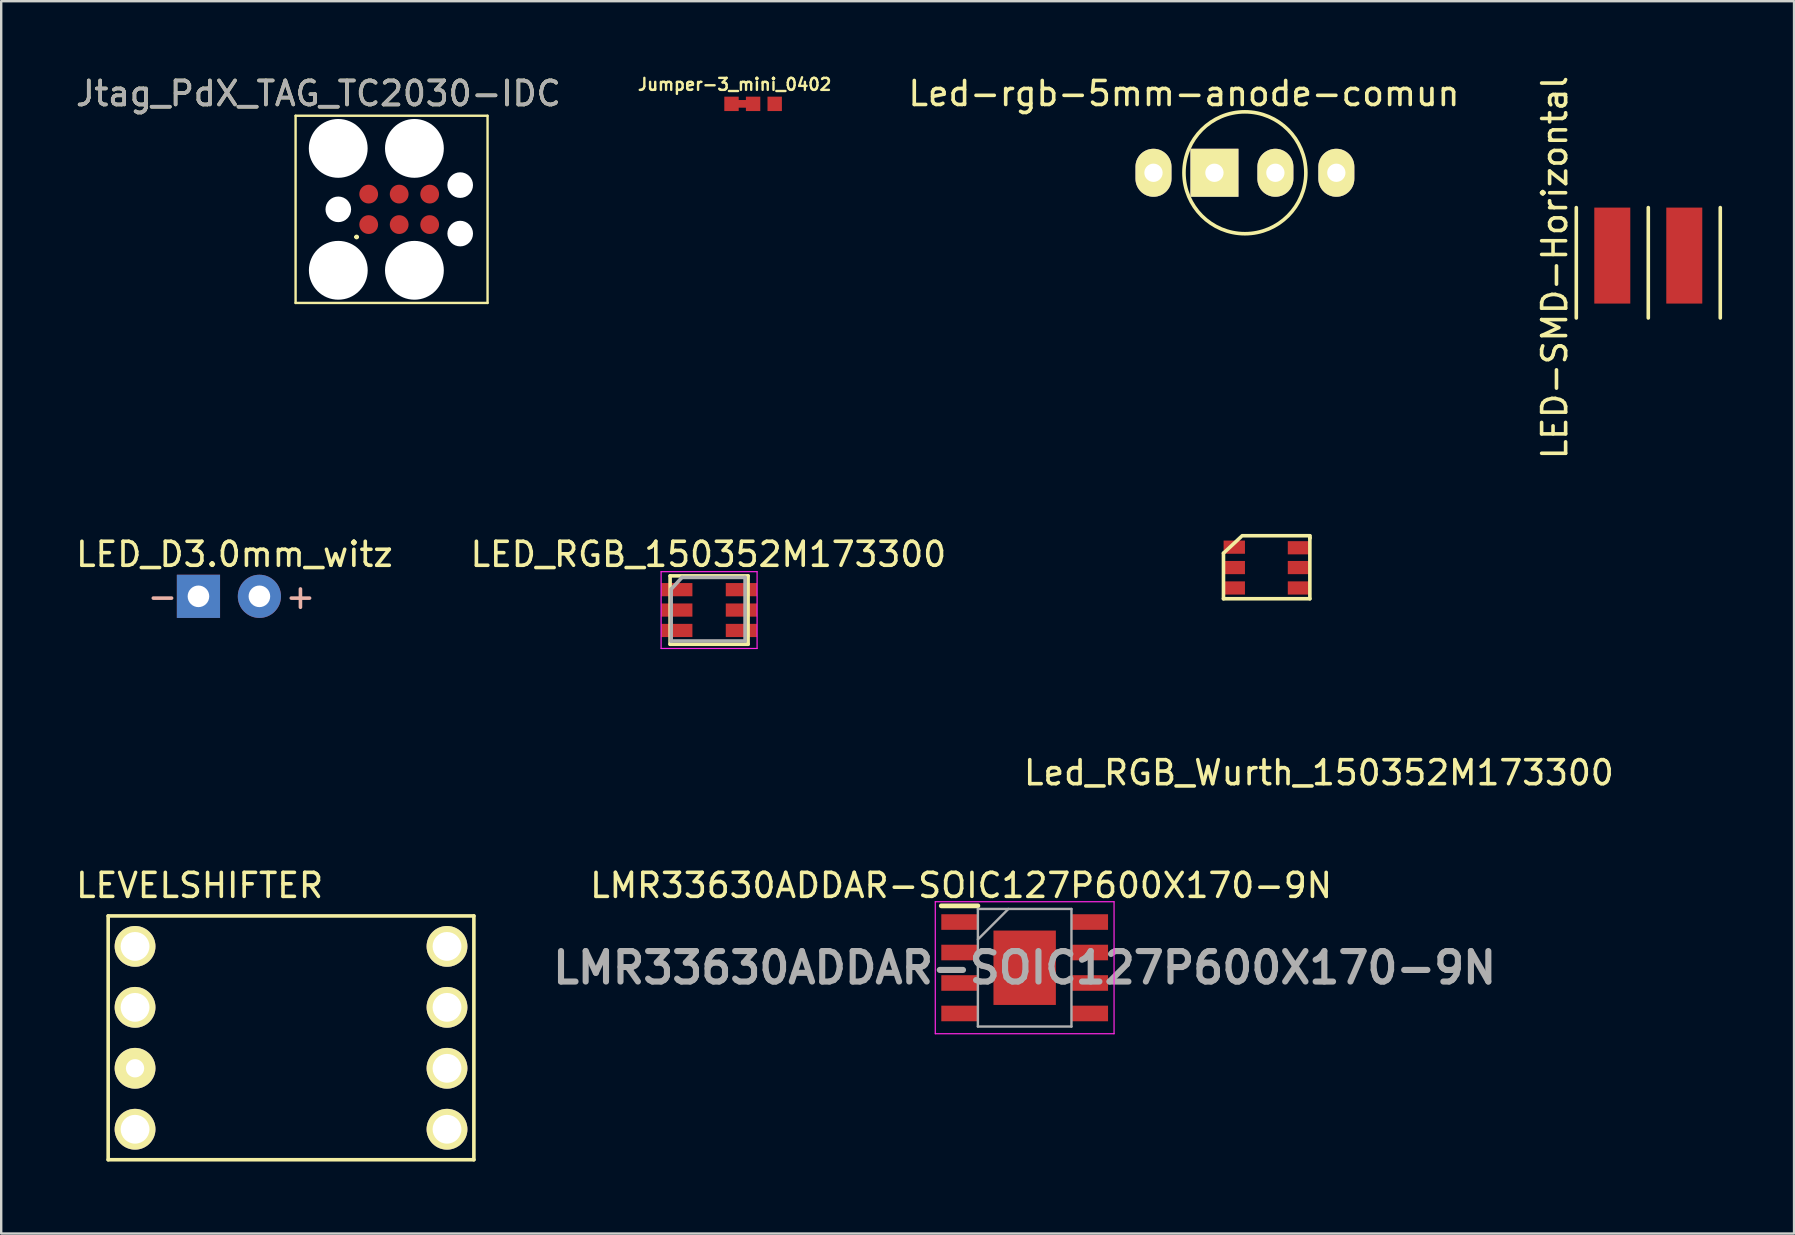
<source format=kicad_pcb>
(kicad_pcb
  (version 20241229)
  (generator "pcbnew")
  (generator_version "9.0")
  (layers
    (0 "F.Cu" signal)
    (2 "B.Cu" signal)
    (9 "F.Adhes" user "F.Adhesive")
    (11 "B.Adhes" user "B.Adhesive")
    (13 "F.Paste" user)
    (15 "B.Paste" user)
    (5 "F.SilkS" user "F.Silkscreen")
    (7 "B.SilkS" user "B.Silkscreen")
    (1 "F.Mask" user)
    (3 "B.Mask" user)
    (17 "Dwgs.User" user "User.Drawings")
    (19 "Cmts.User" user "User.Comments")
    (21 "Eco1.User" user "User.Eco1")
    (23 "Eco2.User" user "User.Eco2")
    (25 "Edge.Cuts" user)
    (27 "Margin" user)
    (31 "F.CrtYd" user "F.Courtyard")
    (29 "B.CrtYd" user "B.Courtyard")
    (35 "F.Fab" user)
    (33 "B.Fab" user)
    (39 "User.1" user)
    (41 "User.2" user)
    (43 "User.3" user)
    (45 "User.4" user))
  (footprint "Led_RGB_Wurth_150352M173300"
    (layer "F.Cu")
    (at 48.386 19.752)
    (property "Reference" "Led_RGB_Wurth_150352M173300" (at 3.525 9.4 0) (layer "F.SilkS") (effects (font (size 1 1) (thickness 0.15))))
    (attr through_hole)
    (fp_line (start -0.45 0.25) (end -0.45 2.15) (stroke (width 0.15) (type solid)) (layer "F.SilkS"))
    (fp_line (start -0.45 2.15) (end 3.15 2.15) (stroke (width 0.15) (type solid)) (layer "F.SilkS"))
    (fp_line (start 0.275 -0.425) (end -0.45 0.25) (stroke (width 0.15) (type solid)) (layer "F.SilkS"))
    (fp_line (start 3.15 -0.475) (end 0.325 -0.475) (stroke (width 0.15) (type solid)) (layer "F.SilkS"))
    (fp_line (start 3.15 -0.4) (end 3.15 -0.475) (stroke (width 0.15) (type solid)) (layer "F.SilkS"))
    (fp_line (start 3.15 -0.375) (end 3.15 -0.4) (stroke (width 0.15) (type solid)) (layer "F.SilkS"))
    (fp_line (start 3.15 2.15) (end 3.15 -0.375) (stroke (width 0.15) (type solid)) (layer "F.SilkS"))
    (pad "1" smd rect (at 0 0) (size 0.89 0.55) (layers "F.Cu" "F.Mask" "F.Paste"))
    (pad "2" smd rect (at 2.675 0.025) (size 0.89 0.55) (layers "F.Cu" "F.Mask" "F.Paste"))
    (pad "3" smd rect (at 0 0.85) (size 0.89 0.55) (layers "F.Cu" "F.Mask" "F.Paste"))
    (pad "4" smd rect (at 2.675 0.85) (size 0.89 0.55) (layers "F.Cu" "F.Mask" "F.Paste"))
    (pad "5" smd rect (at 0 1.7) (size 0.89 0.55) (layers "F.Cu" "F.Mask" "F.Paste"))
    (pad "6" smd rect (at 2.675 1.7) (size 0.89 0.55) (layers "F.Cu" "F.Mask" "F.Paste")))
  (footprint "LED_RGB_150352M173300"
    (layer "F.Cu")
    (at 26.5 22.373)
    (property "Reference" "LED_RGB_150352M173300" (at -0.03 -2.322 0) (layer "F.SilkS") (effects (font (size 1 1) (thickness 0.15))))
    (attr through_hole)
    (fp_line (start -1.625 -1.425) (end 1.625 -1.425) (stroke (width 0.15) (type solid)) (layer "F.SilkS"))
    (fp_line (start -1.625 1.425) (end -1.625 -1.425) (stroke (width 0.15) (type solid)) (layer "F.SilkS"))
    (fp_line (start 1.625 -1.425) (end 1.625 1.425) (stroke (width 0.15) (type solid)) (layer "F.SilkS"))
    (fp_line (start 1.625 1.425) (end -1.625 1.425) (stroke (width 0.15) (type solid)) (layer "F.SilkS"))
    (fp_line (start -2 -1.6) (end -2 1.6) (stroke (width 0.05) (type solid)) (layer "F.CrtYd"))
    (fp_line (start -2 1.6) (end 2 1.6) (stroke (width 0.05) (type solid)) (layer "F.CrtYd"))
    (fp_line (start 2 -1.6) (end -2 -1.6) (stroke (width 0.05) (type solid)) (layer "F.CrtYd"))
    (fp_line (start 2 1.6) (end 2 -1.6) (stroke (width 0.05) (type solid)) (layer "F.CrtYd"))
    (fp_line (start -1.58 1.3) (end -1.58 -0.88) (stroke (width 0.15) (type solid)) (layer "F.Fab"))
    (fp_line (start -1.57 -0.88) (end -1.13 -1.36) (stroke (width 0.15) (type solid)) (layer "F.Fab"))
    (fp_line (start -1.13 -1.36) (end 1.5 -1.36) (stroke (width 0.15) (type solid)) (layer "F.Fab"))
    (fp_line (start 1.5 -1.36) (end 1.5 1.29) (stroke (width 0.15) (type solid)) (layer "F.Fab"))
    (fp_line (start 1.5 1.29) (end -1.58 1.29) (stroke (width 0.15) (type solid)) (layer "F.Fab"))
    (pad "1" smd rect (at -1.345 -0.85) (size 1.3 0.55) (layers "F.Cu" "F.Mask" "F.Paste"))
    (pad "2" smd rect (at 1.345 -0.85) (size 1.3 0.55) (layers "F.Cu" "F.Mask" "F.Paste"))
    (pad "3" smd rect (at -1.345 0) (size 1.3 0.55) (layers "F.Cu" "F.Mask" "F.Paste"))
    (pad "4" smd rect (at 1.345 0) (size 1.3 0.55) (layers "F.Cu" "F.Mask" "F.Paste"))
    (pad "5" smd rect (at -1.345 0.85) (size 1.3 0.55) (layers "F.Cu" "F.Mask" "F.Paste"))
    (pad "6" smd rect (at 1.345 0.85) (size 1.3 0.55) (layers "F.Cu" "F.Mask" "F.Paste")))
  (footprint "LED_D3.0mm_witz"
    (layer "F.Cu")
    (at 5.22 21.801)
    (property "Reference" "LED_D3.0mm_witz" (at 1.5 -1.75 0) (layer "F.SilkS") (effects (font (size 1 1) (thickness 0.15))))
    (attr through_hole)
    (fp_text user "-" (at -1.5 0 0) (layer "B.SilkS") (effects (font (size 1 1) (thickness 0.15)) (justify mirror)))
    (fp_text user "+" (at 4.25 0 0) (layer "B.SilkS") (effects (font (size 1 1) (thickness 0.15)) (justify mirror)))
    (pad "1" thru_hole rect (at 0 0) (size 1.8 1.8) (drill 0.9) (layers "*.Cu" "*.Mask"))
    (pad "2" thru_hole circle (at 2.54 0) (size 1.8 1.8) (drill 0.9) (layers "*.Cu" "*.Mask")))
  (footprint "LMR33630ADDAR-SOIC127P600X170-9N"
    (layer "F.Cu")
    (at 39.651 37.279)
    (property "Reference" "LMR33630ADDAR-SOIC127P600X170-9N" (at -2.65 -3.43 0) (layer "F.SilkS") (effects (font (size 1 1) (thickness 0.15))))
    (attr smd)
    (fp_line (start -3.475 -2.58) (end -1.95 -2.58) (stroke (width 0.2) (type solid)) (layer "F.SilkS"))
    (fp_line (start -3.725 -2.75) (end 3.725 -2.75) (stroke (width 0.05) (type solid)) (layer "F.CrtYd"))
    (fp_line (start -3.725 2.75) (end -3.725 -2.75) (stroke (width 0.05) (type solid)) (layer "F.CrtYd"))
    (fp_line (start 3.725 -2.75) (end 3.725 2.75) (stroke (width 0.05) (type solid)) (layer "F.CrtYd"))
    (fp_line (start 3.725 2.75) (end -3.725 2.75) (stroke (width 0.05) (type solid)) (layer "F.CrtYd"))
    (fp_line (start -1.95 -2.45) (end 1.95 -2.45) (stroke (width 0.1) (type solid)) (layer "F.Fab"))
    (fp_line (start -1.95 -1.18) (end -0.68 -2.45) (stroke (width 0.1) (type solid)) (layer "F.Fab"))
    (fp_line (start -1.95 2.45) (end -1.95 -2.45) (stroke (width 0.1) (type solid)) (layer "F.Fab"))
    (fp_line (start 1.95 -2.45) (end 1.95 2.45) (stroke (width 0.1) (type solid)) (layer "F.Fab"))
    (fp_line (start 1.95 2.45) (end -1.95 2.45) (stroke (width 0.1) (type solid)) (layer "F.Fab"))
    (fp_text user "${REFERENCE}" (at 0 0 0) (layer "F.Fab") (effects (font (size 1.27 1.27) (thickness 0.254))))
    (pad "1" smd rect (at -2.712 -1.905 90) (size 0.65 1.525) (layers "F.Cu" "F.Mask" "F.Paste"))
    (pad "2" smd rect (at -2.712 -0.635 90) (size 0.65 1.525) (layers "F.Cu" "F.Mask" "F.Paste"))
    (pad "3" smd rect (at -2.712 0.635 90) (size 0.65 1.525) (layers "F.Cu" "F.Mask" "F.Paste"))
    (pad "4" smd rect (at -2.712 1.905 90) (size 0.65 1.525) (layers "F.Cu" "F.Mask" "F.Paste"))
    (pad "5" smd rect (at 2.712 1.905 90) (size 0.65 1.525) (layers "F.Cu" "F.Mask" "F.Paste"))
    (pad "6" smd rect (at 2.712 0.635 90) (size 0.65 1.525) (layers "F.Cu" "F.Mask" "F.Paste"))
    (pad "7" smd rect (at 2.712 -0.635 90) (size 0.65 1.525) (layers "F.Cu" "F.Mask" "F.Paste"))
    (pad "8" smd rect (at 2.712 -1.905 90) (size 0.65 1.525) (layers "F.Cu" "F.Mask" "F.Paste"))
    (pad "9" smd rect (at 0 0) (size 2.6 3.1) (layers "F.Cu" "F.Mask" "F.Paste")))
  (footprint "Led-rgb-5mm-anode-comun"
    (layer "F.Cu")
    (at 45.019 4.15)
    (property "Reference" "Led-rgb-5mm-anode-comun" (at 1.27 -3.302 0) (layer "F.SilkS") (effects (font (size 1 1) (thickness 0.15))))
    (attr through_hole)
    (fp_circle (center 3.81 0) (end 3.81 -2.54) (stroke (width 0.15) (type solid)) (fill no) (layer "F.SilkS"))
    (pad "1" thru_hole oval (at 0 0) (size 1.5 2) (drill 0.762) (layers "*.Cu" "*.Mask" "F.SilkS"))
    (pad "2" thru_hole rect (at 2.54 0) (size 2 2) (drill 0.762) (layers "*.Cu" "*.Mask" "F.SilkS"))
    (pad "3" thru_hole oval (at 5.08 0) (size 1.5 2) (drill 0.762) (layers "*.Cu" "*.Mask" "F.SilkS"))
    (pad "4" thru_hole oval (at 7.62 0) (size 1.5 2) (drill 0.762) (layers "*.Cu" "*.Mask" "F.SilkS")))
  (footprint "LED-SMD-Horizontal"
    (layer "F.Cu")
    (at 64.139 7.601)
    (property "Reference" "LED-SMD-Horizontal" (at -2.4 0.5 90) (layer "F.SilkS") (effects (font (size 1 1) (thickness 0.15))))
    (attr through_hole)
    (fp_line (start -1.5 -2) (end -1.5 2.6) (stroke (width 0.15) (type solid)) (layer "F.SilkS"))
    (fp_line (start 1.5 -2) (end 1.5 2.6) (stroke (width 0.15) (type solid)) (layer "F.SilkS"))
    (fp_line (start 4.5 -2) (end 4.5 2.6) (stroke (width 0.15) (type solid)) (layer "F.SilkS"))
    (pad "1" smd rect (at 0 0) (size 1.5 4) (layers "F.Cu" "F.Mask" "F.Paste"))
    (pad "2" smd rect (at 3 0) (size 1.5 4) (layers "F.Cu" "F.Mask" "F.Paste")))
  (footprint "LEVELSHIFTER"
    (layer "F.Cu")
    (at 9.078 40.199)
    (property "Reference" "LEVELSHIFTER" (at -3.81 -6.35 0) (layer "F.SilkS") (effects (font (size 1 1) (thickness 0.15))))
    (attr through_hole)
    (fp_line (start -7.62 -5.08) (end 7.62 -5.08) (stroke (width 0.15) (type solid)) (layer "F.SilkS"))
    (fp_line (start -7.62 5.08) (end -7.62 -5.08) (stroke (width 0.15) (type solid)) (layer "F.SilkS"))
    (fp_line (start 7.62 -5.08) (end 7.62 5.08) (stroke (width 0.15) (type solid)) (layer "F.SilkS"))
    (fp_line (start 7.62 5.08) (end -7.62 5.08) (stroke (width 0.15) (type solid)) (layer "F.SilkS"))
    (pad "1" thru_hole circle (at -6.5 -3.81) (size 1.7 1.7) (drill 1.2) (layers "*.Cu" "*.Mask" "F.SilkS"))
    (pad "2" thru_hole circle (at -6.5 -1.27) (size 1.7 1.7) (drill 1.2) (layers "*.Cu" "*.Mask" "F.SilkS"))
    (pad "3" thru_hole circle (at -6.5 1.27) (size 1.7 1.7) (drill 0.762) (layers "*.Cu" "*.Mask" "F.SilkS"))
    (pad "4" thru_hole circle (at -6.5 3.81) (size 1.7 1.7) (drill 1.2) (layers "*.Cu" "*.Mask" "F.SilkS"))
    (pad "5" thru_hole circle (at 6.5 3.81) (size 1.7 1.7) (drill 1.2) (layers "*.Cu" "*.Mask" "F.SilkS"))
    (pad "6" thru_hole circle (at 6.5 1.27) (size 1.7 1.7) (drill 1.2) (layers "*.Cu" "*.Mask" "F.SilkS"))
    (pad "7" thru_hole circle (at 6.5 -1.27) (size 1.7 1.7) (drill 1.2) (layers "*.Cu" "*.Mask" "F.SilkS"))
    (pad "8" thru_hole circle (at 6.5 -3.81) (size 1.7 1.7) (drill 1.2) (layers "*.Cu" "*.Mask" "F.SilkS")))
  (footprint "Jumper-3_mini_0402"
    (layer "F.Cu")
    (at 28.334 1.278)
    (property "Reference" "Jumper-3_mini_0402" (at -0.77 -0.81 0) (layer "F.SilkS") (effects (font (size 0.5 0.5) (thickness 0.1))))
    (attr exclude_from_pos_files exclude_from_bom)
    (fp_poly (pts (xy -0.68 -0.16) (xy -0.18 -0.16) (xy -0.18 0.16) (xy -0.68 0.16)) (stroke (width 0) (type solid)) (fill yes) (layer "F.Cu"))
    (pad "1" smd rect (at -0.9 0) (size 0.6 0.6) (layers "F.Cu" "F.Mask"))
    (pad "2" smd rect (at 0 0) (size 0.6 0.6) (layers "F.Cu" "F.Mask"))
    (pad "3" smd rect (at 0.9 0) (size 0.6 0.6) (layers "F.Cu" "F.Mask")))
  (footprint "Jtag_PdX_TAG_TC2030-IDC"
    (layer "F.Cu")
    (at 13.268 5.674)
    (property "Reference" "Jtag_PdX_TAG_TC2030-IDC" (at -3.048 -4.826 0) (layer "F.SilkS") (effects (font (size 1 1) (thickness 0.15))))
    (attr through_hole)
    (fp_line (start -4 -3.9) (end 4 -3.9) (stroke (width 0.1) (type solid)) (layer "F.SilkS"))
    (fp_line (start -4 3.9) (end -4 -3.9) (stroke (width 0.1) (type solid)) (layer "F.SilkS"))
    (fp_line (start -1.508 1.152) (end -1.508 1.152) (stroke (width 0.1) (type solid)) (layer "F.SilkS"))
    (fp_line (start -1.408 1.152) (end -1.408 1.152) (stroke (width 0.1) (type solid)) (layer "F.SilkS"))
    (fp_line (start 4 -3.9) (end 4 3.9) (stroke (width 0.1) (type solid)) (layer "F.SilkS"))
    (fp_line (start 4 3.9) (end -4 3.9) (stroke (width 0.1) (type solid)) (layer "F.SilkS"))
    (fp_arc (start -1.508 1.152) (mid -1.458 1.102) (end -1.408 1.152) (stroke (width 0.1) (type solid)) (layer "F.SilkS"))
    (fp_arc (start -1.408 1.152) (mid -1.458 1.202) (end -1.508 1.152) (stroke (width 0.1) (type solid)) (layer "F.SilkS"))
    (fp_text user "${REFERENCE}" (at -3.048 -4.826 0) (layer "F.Fab") (effects (font (size 1 1) (thickness 0.15))))
    (pad "" np_thru_hole circle (at -2.223 -2.54) (size 2.451 2.451) (drill 2.451) (layers "*.Cu" "*.Mask"))
    (pad "" np_thru_hole circle (at -2.22 0) (size 1.067 1.067) (drill 1.067) (layers "*.Cu" "*.Mask"))
    (pad "" np_thru_hole circle (at -2.22 2.54) (size 2.451 2.451) (drill 2.451) (layers "*.Cu" "*.Mask"))
    (pad "" np_thru_hole circle (at 0.952 -2.54) (size 2.451 2.451) (drill 2.451) (layers "*.Cu" "*.Mask"))
    (pad "" np_thru_hole circle (at 0.952 2.54) (size 2.451 2.451) (drill 2.451) (layers "*.Cu" "*.Mask"))
    (pad "" np_thru_hole circle (at 2.86 -1.01) (size 1.067 1.067) (drill 1.067) (layers "*.Cu" "*.Mask"))
    (pad "" np_thru_hole circle (at 2.86 1.01) (size 1.067 1.067) (drill 1.067) (layers "*.Cu" "*.Mask"))
    (pad "1" smd circle (at -0.953 0.635 90) (size 0.783 0.783) (layers "F.Cu" "F.Mask" "F.Paste"))
    (pad "2" smd circle (at -0.953 -0.635 90) (size 0.783 0.783) (layers "F.Cu" "F.Mask" "F.Paste"))
    (pad "3" smd circle (at 0.317 0.635 90) (size 0.783 0.783) (layers "F.Cu" "F.Mask" "F.Paste"))
    (pad "4" smd circle (at 0.317 -0.635 90) (size 0.783 0.783) (layers "F.Cu" "F.Mask" "F.Paste"))
    (pad "5" smd circle (at 1.588 0.635 90) (size 0.783 0.783) (layers "F.Cu" "F.Mask" "F.Paste"))
    (pad "6" smd circle (at 1.588 -0.635 90) (size 0.783 0.783) (layers "F.Cu" "F.Mask" "F.Paste")))
  (gr_rect
    (start -3 -3)
    (end 71.714 48.354)
    (stroke (width 0.1) (type default))
    (fill no)
    (layer "Edge.Cuts")))
</source>
